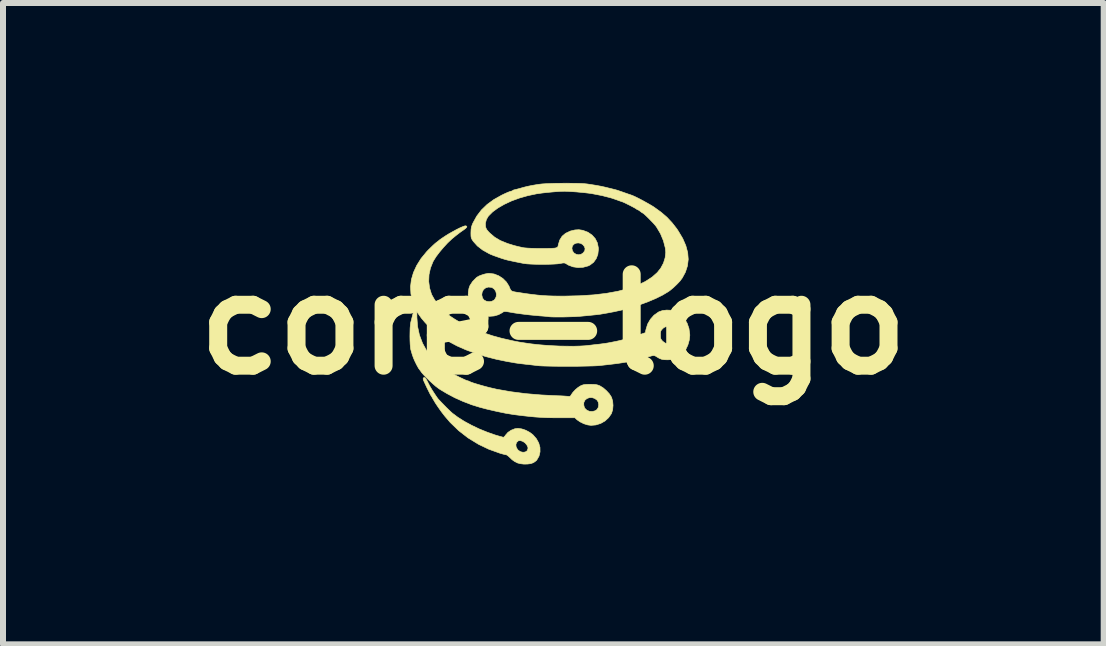
<source format=kicad_pcb>
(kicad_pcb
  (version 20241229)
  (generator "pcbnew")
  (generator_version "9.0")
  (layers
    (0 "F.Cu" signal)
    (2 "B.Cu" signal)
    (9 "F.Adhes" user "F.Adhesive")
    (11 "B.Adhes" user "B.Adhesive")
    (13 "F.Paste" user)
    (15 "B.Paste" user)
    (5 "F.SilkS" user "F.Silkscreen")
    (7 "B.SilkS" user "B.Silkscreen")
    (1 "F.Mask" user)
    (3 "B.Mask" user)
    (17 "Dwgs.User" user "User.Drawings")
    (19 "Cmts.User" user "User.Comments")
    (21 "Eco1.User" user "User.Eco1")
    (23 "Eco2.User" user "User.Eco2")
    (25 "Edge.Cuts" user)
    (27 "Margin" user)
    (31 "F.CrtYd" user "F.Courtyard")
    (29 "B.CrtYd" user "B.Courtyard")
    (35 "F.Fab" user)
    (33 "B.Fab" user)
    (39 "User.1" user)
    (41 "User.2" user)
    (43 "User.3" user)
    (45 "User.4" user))
  (footprint "core-logo"
    (layer "F.Cu")
    (at 6.176 2.358)
    (property "Reference" "core-logo" (at 0 0 0) (layer "F.SilkS") (effects (font (size 1.524 1.524) (thickness 0.3))))
    (attr through_hole)
    (fp_poly (pts (xy -2.141 0.889) (xy -2.129 0.902) (xy -2.112 0.929) (xy -2.092 0.966) (xy -2.088 0.975) (xy -2.059 1.031) (xy -2.021 1.095) (xy -1.979 1.16) (xy -1.94 1.218) (xy -1.918 1.247) (xy -1.897 1.269) (xy -1.865 1.303) (xy -1.826 1.343) (xy -1.784 1.386) (xy -1.743 1.426) (xy -1.708 1.459) (xy -1.684 1.481) (xy -1.594 1.548) (xy -1.487 1.616) (xy -1.367 1.681) (xy -1.238 1.743) (xy -1.105 1.797) (xy -0.972 1.844) (xy -0.893 1.867) (xy -0.862 1.875) (xy -0.839 1.882) (xy -0.836 1.884) (xy -0.823 1.878) (xy -0.805 1.859) (xy -0.796 1.846) (xy -0.757 1.801) (xy -0.703 1.765) (xy -0.643 1.741) (xy -0.591 1.734) (xy -0.527 1.743) (xy -0.459 1.766) (xy -0.392 1.802) (xy -0.34 1.842) (xy -0.283 1.907) (xy -0.244 1.978) (xy -0.223 2.052) (xy -0.222 2.126) (xy -0.239 2.197) (xy -0.277 2.263) (xy -0.279 2.266) (xy -0.298 2.282) (xy -0.326 2.302) (xy -0.335 2.307) (xy -0.376 2.322) (xy -0.431 2.329) (xy -0.492 2.33) (xy -0.551 2.323) (xy -0.6 2.31) (xy -0.603 2.308) (xy -0.648 2.285) (xy -0.688 2.256) (xy -0.731 2.215) (xy -0.735 2.211) (xy -0.759 2.19) (xy -0.779 2.177) (xy -0.785 2.175) (xy -0.802 2.172) (xy -0.835 2.164) (xy -0.876 2.153) (xy -0.889 2.149) (xy -1.076 2.082) (xy -1.237 2.005) (xy -0.625 2.005) (xy -0.62 2.045) (xy -0.598 2.085) (xy -0.583 2.101) (xy -0.546 2.124) (xy -0.506 2.133) (xy -0.468 2.128) (xy -0.439 2.109) (xy -0.435 2.104) (xy -0.423 2.07) (xy -0.424 2.049) (xy -0.442 2.011) (xy -0.471 1.977) (xy -0.507 1.952) (xy -0.545 1.939) (xy -0.578 1.94) (xy -0.585 1.943) (xy -0.613 1.969) (xy -0.625 2.005) (xy -1.237 2.005) (xy -1.254 1.996) (xy -1.422 1.893) (xy -1.578 1.772) (xy -1.719 1.636) (xy -1.81 1.53) (xy -1.867 1.456) (xy -1.921 1.38) (xy -1.969 1.308) (xy -2.006 1.245) (xy -2.011 1.237) (xy -2.027 1.207) (xy -2.04 1.187) (xy -2.044 1.182) (xy -2.051 1.17) (xy -2.065 1.142) (xy -2.084 1.104) (xy -2.106 1.06) (xy -2.127 1.015) (xy -2.146 0.974) (xy -2.161 0.941) (xy -2.169 0.921) (xy -2.169 0.92) (xy -2.17 0.896) (xy -2.156 0.887) (xy -2.141 0.889)) (stroke (width 0.01) (type solid)) (fill yes) (layer "F.SilkS"))
    (fp_poly (pts (xy 0.305 -2.352) (xy 0.389 -2.351) (xy 0.462 -2.349) (xy 0.522 -2.345) (xy 0.562 -2.341) (xy 0.641 -2.329) (xy 0.704 -2.319) (xy 0.754 -2.31) (xy 0.797 -2.302) (xy 0.838 -2.293) (xy 0.882 -2.283) (xy 0.933 -2.27) (xy 0.939 -2.269) (xy 0.995 -2.255) (xy 1.038 -2.244) (xy 1.073 -2.234) (xy 1.107 -2.222) (xy 1.148 -2.208) (xy 1.176 -2.198) (xy 1.222 -2.182) (xy 1.262 -2.168) (xy 1.29 -2.159) (xy 1.298 -2.156) (xy 1.329 -2.144) (xy 1.375 -2.123) (xy 1.431 -2.095) (xy 1.492 -2.063) (xy 1.553 -2.029) (xy 1.611 -1.996) (xy 1.66 -1.967) (xy 1.681 -1.953) (xy 1.796 -1.87) (xy 1.894 -1.786) (xy 1.979 -1.695) (xy 2.058 -1.594) (xy 2.083 -1.556) (xy 2.157 -1.432) (xy 2.209 -1.312) (xy 2.24 -1.196) (xy 2.249 -1.084) (xy 2.236 -0.976) (xy 2.202 -0.871) (xy 2.149 -0.773) (xy 2.111 -0.722) (xy 2.059 -0.667) (xy 2.001 -0.612) (xy 1.943 -0.564) (xy 1.916 -0.545) (xy 1.821 -0.488) (xy 1.708 -0.432) (xy 1.58 -0.378) (xy 1.442 -0.327) (xy 1.298 -0.281) (xy 1.15 -0.241) (xy 1.004 -0.209) (xy 0.95 -0.199) (xy 0.903 -0.19) (xy 0.856 -0.182) (xy 0.828 -0.177) (xy 0.782 -0.169) (xy 0.717 -0.161) (xy 0.638 -0.153) (xy 0.548 -0.144) (xy 0.451 -0.135) (xy 0.417 -0.133) (xy 0.365 -0.129) (xy 0.303 -0.127) (xy 0.235 -0.125) (xy 0.164 -0.123) (xy 0.095 -0.123) (xy 0.032 -0.123) (xy -0.021 -0.124) (xy -0.059 -0.126) (xy -0.077 -0.128) (xy -0.094 -0.13) (xy -0.128 -0.134) (xy -0.175 -0.138) (xy -0.231 -0.142) (xy -0.248 -0.144) (xy -0.381 -0.156) (xy -0.508 -0.171) (xy -0.639 -0.189) (xy -0.755 -0.209) (xy -0.792 -0.214) (xy -0.817 -0.214) (xy -0.836 -0.207) (xy -0.854 -0.194) (xy -0.915 -0.161) (xy -0.987 -0.14) (xy -1.065 -0.134) (xy -1.143 -0.141) (xy -1.214 -0.164) (xy -1.218 -0.166) (xy -1.279 -0.204) (xy -1.335 -0.257) (xy -1.38 -0.317) (xy -1.392 -0.339) (xy -1.411 -0.396) (xy -1.419 -0.464) (xy -1.419 -0.493) (xy -1.194 -0.493) (xy -1.182 -0.443) (xy -1.18 -0.437) (xy -1.155 -0.405) (xy -1.116 -0.385) (xy -1.072 -0.378) (xy -1.027 -0.384) (xy -0.988 -0.404) (xy -0.977 -0.416) (xy -0.954 -0.457) (xy -0.949 -0.503) (xy -0.959 -0.548) (xy -0.983 -0.586) (xy -1.019 -0.612) (xy -1.033 -0.617) (xy -1.084 -0.622) (xy -1.129 -0.608) (xy -1.164 -0.58) (xy -1.186 -0.54) (xy -1.194 -0.493) (xy -1.419 -0.493) (xy -1.418 -0.535) (xy -1.407 -0.601) (xy -1.392 -0.644) (xy -1.347 -0.714) (xy -1.284 -0.778) (xy -1.272 -0.787) (xy -1.239 -0.806) (xy -1.192 -0.824) (xy -1.14 -0.84) (xy -1.091 -0.849) (xy -1.068 -0.85) (xy -0.989 -0.84) (xy -0.912 -0.81) (xy -0.842 -0.765) (xy -0.783 -0.706) (xy -0.74 -0.638) (xy -0.731 -0.615) (xy -0.719 -0.587) (xy -0.707 -0.567) (xy -0.69 -0.554) (xy -0.662 -0.545) (xy -0.621 -0.537) (xy -0.585 -0.532) (xy -0.463 -0.513) (xy -0.358 -0.499) (xy -0.263 -0.488) (xy -0.173 -0.48) (xy -0.084 -0.475) (xy 0.012 -0.472) (xy 0.118 -0.471) (xy 0.193 -0.471) (xy 0.443 -0.477) (xy 0.674 -0.492) (xy 0.885 -0.517) (xy 1.077 -0.552) (xy 1.249 -0.597) (xy 1.401 -0.651) (xy 1.534 -0.715) (xy 1.647 -0.788) (xy 1.732 -0.863) (xy 1.791 -0.937) (xy 1.836 -1.021) (xy 1.864 -1.111) (xy 1.874 -1.201) (xy 1.867 -1.272) (xy 1.835 -1.395) (xy 1.786 -1.513) (xy 1.723 -1.619) (xy 1.708 -1.64) (xy 1.688 -1.664) (xy 1.659 -1.696) (xy 1.624 -1.732) (xy 1.588 -1.769) (xy 1.552 -1.804) (xy 1.522 -1.832) (xy 1.501 -1.85) (xy 1.492 -1.855) (xy 1.479 -1.862) (xy 1.457 -1.878) (xy 1.451 -1.883) (xy 1.427 -1.901) (xy 1.409 -1.91) (xy 1.406 -1.911) (xy 1.391 -1.917) (xy 1.39 -1.92) (xy 1.379 -1.928) (xy 1.353 -1.943) (xy 1.316 -1.963) (xy 1.274 -1.985) (xy 1.231 -2.006) (xy 1.191 -2.026) (xy 1.159 -2.04) (xy 1.143 -2.046) (xy 1.121 -2.053) (xy 1.087 -2.065) (xy 1.055 -2.077) (xy 1.014 -2.091) (xy 0.976 -2.104) (xy 0.955 -2.11) (xy 0.925 -2.118) (xy 0.885 -2.128) (xy 0.861 -2.134) (xy 0.832 -2.142) (xy 0.802 -2.149) (xy 0.765 -2.156) (xy 0.719 -2.165) (xy 0.656 -2.177) (xy 0.635 -2.181) (xy 0.591 -2.187) (xy 0.531 -2.194) (xy 0.461 -2.201) (xy 0.386 -2.208) (xy 0.313 -2.213) (xy 0.248 -2.217) (xy 0.196 -2.219) (xy 0.182 -2.219) (xy 0.124 -2.218) (xy 0.051 -2.213) (xy -0.03 -2.206) (xy -0.114 -2.198) (xy -0.193 -2.189) (xy -0.261 -2.179) (xy -0.278 -2.177) (xy -0.425 -2.146) (xy -0.566 -2.106) (xy -0.697 -2.058) (xy -0.817 -2.002) (xy -0.923 -1.941) (xy -1.012 -1.876) (xy -1.081 -1.807) (xy -1.085 -1.802) (xy -1.117 -1.747) (xy -1.133 -1.684) (xy -1.131 -1.632) (xy -1.123 -1.604) (xy -1.107 -1.575) (xy -1.078 -1.541) (xy -1.056 -1.519) (xy -0.978 -1.453) (xy -0.884 -1.397) (xy -0.771 -1.351) (xy -0.751 -1.344) (xy -0.708 -1.331) (xy -0.67 -1.319) (xy -0.63 -1.308) (xy -0.582 -1.296) (xy -0.519 -1.282) (xy -0.508 -1.279) (xy -0.477 -1.275) (xy -0.428 -1.271) (xy -0.366 -1.268) (xy -0.296 -1.266) (xy -0.223 -1.265) (xy -0.15 -1.265) (xy -0.083 -1.266) (xy -0.026 -1.267) (xy -0.008 -1.269) (xy 0.309 -1.269) (xy 0.319 -1.224) (xy 0.344 -1.19) (xy 0.38 -1.168) (xy 0.422 -1.16) (xy 0.464 -1.169) (xy 0.498 -1.192) (xy 0.524 -1.228) (xy 0.529 -1.264) (xy 0.518 -1.296) (xy 0.491 -1.33) (xy 0.455 -1.351) (xy 0.415 -1.358) (xy 0.375 -1.353) (xy 0.342 -1.336) (xy 0.318 -1.308) (xy 0.309 -1.269) (xy -0.008 -1.269) (xy 0.017 -1.27) (xy 0.035 -1.273) (xy 0.061 -1.281) (xy 0.075 -1.294) (xy 0.082 -1.32) (xy 0.083 -1.328) (xy 0.106 -1.405) (xy 0.146 -1.469) (xy 0.204 -1.518) (xy 0.278 -1.553) (xy 0.285 -1.556) (xy 0.36 -1.574) (xy 0.426 -1.578) (xy 0.491 -1.568) (xy 0.491 -1.568) (xy 0.576 -1.536) (xy 0.645 -1.489) (xy 0.698 -1.43) (xy 0.734 -1.358) (xy 0.75 -1.277) (xy 0.751 -1.249) (xy 0.742 -1.167) (xy 0.714 -1.095) (xy 0.671 -1.035) (xy 0.612 -0.99) (xy 0.58 -0.974) (xy 0.498 -0.952) (xy 0.412 -0.947) (xy 0.328 -0.959) (xy 0.251 -0.988) (xy 0.218 -1.008) (xy 0.199 -1.019) (xy 0.181 -1.024) (xy 0.157 -1.023) (xy 0.119 -1.016) (xy 0.113 -1.015) (xy 0.07 -1.009) (xy 0.01 -1.005) (xy -0.062 -1.002) (xy -0.142 -1.001) (xy -0.225 -1.001) (xy -0.306 -1.002) (xy -0.38 -1.005) (xy -0.442 -1.009) (xy -0.488 -1.015) (xy -0.491 -1.015) (xy -0.557 -1.028) (xy -0.627 -1.042) (xy -0.693 -1.056) (xy -0.748 -1.068) (xy -0.762 -1.071) (xy -0.807 -1.083) (xy -0.865 -1.101) (xy -0.928 -1.123) (xy -0.99 -1.145) (xy -1.043 -1.166) (xy -1.071 -1.179) (xy -1.178 -1.239) (xy -1.267 -1.308) (xy -1.335 -1.384) (xy -1.34 -1.391) (xy -1.358 -1.419) (xy -1.368 -1.442) (xy -1.373 -1.47) (xy -1.374 -1.509) (xy -1.374 -1.53) (xy -1.372 -1.581) (xy -1.366 -1.622) (xy -1.353 -1.661) (xy -1.34 -1.691) (xy -1.277 -1.805) (xy -1.199 -1.907) (xy -1.105 -1.998) (xy -0.993 -2.08) (xy -0.861 -2.154) (xy -0.809 -2.179) (xy -0.762 -2.2) (xy -0.725 -2.214) (xy -0.703 -2.22) (xy -0.702 -2.22) (xy -0.684 -2.226) (xy -0.68 -2.23) (xy -0.666 -2.239) (xy -0.643 -2.245) (xy -0.618 -2.251) (xy -0.579 -2.261) (xy -0.535 -2.273) (xy -0.53 -2.275) (xy -0.471 -2.291) (xy -0.415 -2.304) (xy -0.356 -2.316) (xy -0.286 -2.328) (xy -0.233 -2.336) (xy -0.189 -2.341) (xy -0.128 -2.345) (xy -0.053 -2.348) (xy 0.032 -2.351) (xy 0.123 -2.352) (xy 0.215 -2.353) (xy 0.305 -2.352)) (stroke (width 0.01) (type solid)) (fill yes) (layer "F.SilkS"))
    (fp_poly (pts (xy -1.461 -1.643) (xy -1.443 -1.635) (xy -1.444 -1.621) (xy -1.464 -1.599) (xy -1.499 -1.573) (xy -1.531 -1.551) (xy -1.556 -1.533) (xy -1.568 -1.524) (xy -1.568 -1.524) (xy -1.579 -1.515) (xy -1.603 -1.497) (xy -1.625 -1.48) (xy -1.692 -1.425) (xy -1.763 -1.358) (xy -1.832 -1.283) (xy -1.897 -1.206) (xy -1.954 -1.131) (xy -1.997 -1.062) (xy -2.007 -1.044) (xy -2.049 -0.939) (xy -2.073 -0.829) (xy -2.078 -0.716) (xy -2.064 -0.607) (xy -2.032 -0.504) (xy -2.025 -0.489) (xy -1.985 -0.418) (xy -1.932 -0.342) (xy -1.868 -0.267) (xy -1.801 -0.2) (xy -1.766 -0.17) (xy -1.715 -0.133) (xy -1.65 -0.09) (xy -1.576 -0.045) (xy -1.5 -0.002) (xy -1.426 0.036) (xy -1.362 0.066) (xy -1.339 0.076) (xy -1.167 0.14) (xy -1.009 0.192) (xy -0.859 0.233) (xy -0.723 0.264) (xy -0.679 0.274) (xy -0.635 0.283) (xy -0.613 0.287) (xy -0.572 0.295) (xy -0.515 0.304) (xy -0.449 0.314) (xy -0.379 0.324) (xy -0.364 0.326) (xy -0.259 0.338) (xy -0.142 0.348) (xy -0.02 0.356) (xy 0.104 0.362) (xy 0.226 0.364) (xy 0.341 0.365) (xy 0.444 0.362) (xy 0.532 0.357) (xy 0.564 0.353) (xy 0.621 0.347) (xy 0.687 0.339) (xy 0.75 0.332) (xy 0.762 0.331) (xy 0.816 0.324) (xy 0.868 0.317) (xy 0.911 0.31) (xy 0.922 0.308) (xy 0.988 0.295) (xy 1.04 0.285) (xy 1.086 0.275) (xy 1.131 0.264) (xy 1.183 0.251) (xy 1.25 0.233) (xy 1.253 0.232) (xy 1.275 0.226) (xy 1.31 0.215) (xy 1.354 0.2) (xy 1.401 0.185) (xy 1.425 0.177) (xy 1.785 0.177) (xy 1.787 0.216) (xy 1.792 0.242) (xy 1.806 0.263) (xy 1.823 0.282) (xy 1.864 0.312) (xy 1.908 0.322) (xy 1.951 0.313) (xy 1.981 0.291) (xy 2.013 0.245) (xy 2.027 0.193) (xy 2.023 0.139) (xy 2.001 0.09) (xy 1.974 0.06) (xy 1.931 0.036) (xy 1.887 0.034) (xy 1.844 0.053) (xy 1.823 0.071) (xy 1.801 0.095) (xy 1.79 0.117) (xy 1.786 0.146) (xy 1.785 0.177) (xy 1.425 0.177) (xy 1.447 0.169) (xy 1.488 0.155) (xy 1.517 0.145) (xy 1.532 0.139) (xy 1.532 0.139) (xy 1.536 0.128) (xy 1.541 0.101) (xy 1.546 0.08) (xy 1.572 -0.005) (xy 1.618 -0.084) (xy 1.678 -0.152) (xy 1.751 -0.204) (xy 1.762 -0.21) (xy 1.82 -0.23) (xy 1.888 -0.238) (xy 1.959 -0.235) (xy 2.023 -0.22) (xy 2.044 -0.212) (xy 2.12 -0.163) (xy 2.183 -0.098) (xy 2.23 -0.02) (xy 2.261 0.069) (xy 2.274 0.165) (xy 2.275 0.182) (xy 2.266 0.263) (xy 2.243 0.344) (xy 2.208 0.418) (xy 2.163 0.48) (xy 2.14 0.502) (xy 2.08 0.547) (xy 2.023 0.574) (xy 1.96 0.588) (xy 1.905 0.591) (xy 1.848 0.589) (xy 1.806 0.582) (xy 1.767 0.567) (xy 1.725 0.542) (xy 1.721 0.539) (xy 1.698 0.526) (xy 1.675 0.52) (xy 1.647 0.523) (xy 1.606 0.535) (xy 1.585 0.541) (xy 1.531 0.559) (xy 1.488 0.572) (xy 1.45 0.583) (xy 1.407 0.592) (xy 1.353 0.604) (xy 1.342 0.606) (xy 1.271 0.619) (xy 1.204 0.631) (xy 1.136 0.642) (xy 1.063 0.653) (xy 0.981 0.663) (xy 0.886 0.674) (xy 0.779 0.686) (xy 0.732 0.69) (xy 0.668 0.693) (xy 0.59 0.695) (xy 0.499 0.697) (xy 0.401 0.699) (xy 0.299 0.699) (xy 0.195 0.699) (xy 0.092 0.699) (xy -0.004 0.698) (xy -0.092 0.696) (xy -0.168 0.694) (xy -0.229 0.691) (xy -0.27 0.687) (xy -0.271 0.687) (xy -0.328 0.68) (xy -0.396 0.672) (xy -0.462 0.665) (xy -0.486 0.662) (xy -0.54 0.656) (xy -0.593 0.649) (xy -0.635 0.643) (xy -0.652 0.64) (xy -0.69 0.633) (xy -0.738 0.625) (xy -0.773 0.619) (xy -0.952 0.582) (xy -1.128 0.537) (xy -1.299 0.483) (xy -1.46 0.424) (xy -1.607 0.359) (xy -1.736 0.29) (xy -1.75 0.282) (xy -1.783 0.261) (xy -1.81 0.243) (xy -1.82 0.235) (xy -1.837 0.223) (xy -1.844 0.221) (xy -1.859 0.214) (xy -1.868 0.207) (xy -1.886 0.192) (xy -1.914 0.171) (xy -1.922 0.166) (xy -1.993 0.111) (xy -2.066 0.044) (xy -2.136 -0.028) (xy -2.198 -0.101) (xy -2.242 -0.163) (xy -2.275 -0.214) (xy -2.275 -0.115) (xy -2.264 0.034) (xy -2.233 0.178) (xy -2.181 0.315) (xy -2.11 0.443) (xy -2.02 0.56) (xy -1.979 0.603) (xy -1.952 0.629) (xy -1.92 0.657) (xy -1.88 0.689) (xy -1.828 0.729) (xy -1.772 0.77) (xy -1.749 0.785) (xy -1.713 0.805) (xy -1.668 0.829) (xy -1.617 0.855) (xy -1.566 0.881) (xy -1.517 0.904) (xy -1.477 0.923) (xy -1.448 0.935) (xy -1.435 0.939) (xy -1.417 0.944) (xy -1.405 0.949) (xy -1.377 0.962) (xy -1.332 0.978) (xy -1.274 0.996) (xy -1.206 1.016) (xy -1.134 1.036) (xy -1.061 1.055) (xy -0.991 1.071) (xy -0.944 1.082) (xy -0.711 1.123) (xy -0.462 1.155) (xy -0.202 1.177) (xy -0.006 1.187) (xy 0.061 1.19) (xy 0.123 1.192) (xy 0.177 1.195) (xy 0.216 1.198) (xy 0.232 1.199) (xy 0.264 1.202) (xy 0.282 1.197) (xy 0.294 1.183) (xy 0.298 1.174) (xy 0.326 1.134) (xy 0.366 1.091) (xy 0.412 1.052) (xy 0.453 1.026) (xy 0.48 1.014) (xy 0.507 1.006) (xy 0.54 1.002) (xy 0.587 1) (xy 0.613 1) (xy 0.668 1.001) (xy 0.708 1.004) (xy 0.739 1.011) (xy 0.769 1.022) (xy 0.779 1.027) (xy 0.832 1.06) (xy 0.885 1.106) (xy 0.933 1.158) (xy 0.967 1.211) (xy 0.97 1.217) (xy 0.989 1.28) (xy 0.995 1.351) (xy 0.989 1.422) (xy 0.97 1.484) (xy 0.967 1.49) (xy 0.921 1.556) (xy 0.861 1.611) (xy 0.789 1.652) (xy 0.71 1.677) (xy 0.629 1.684) (xy 0.574 1.677) (xy 0.509 1.657) (xy 0.446 1.626) (xy 0.394 1.59) (xy 0.392 1.588) (xy 0.359 1.557) (xy 0.092 1.557) (xy -0.004 1.557) (xy -0.086 1.556) (xy -0.16 1.553) (xy -0.232 1.549) (xy -0.307 1.544) (xy -0.391 1.536) (xy -0.491 1.525) (xy -0.508 1.523) (xy -0.655 1.505) (xy -0.801 1.481) (xy -0.95 1.45) (xy -1.11 1.413) (xy -1.231 1.381) (xy -1.366 1.339) (xy -1.403 1.324) (xy 0.506 1.324) (xy 0.51 1.361) (xy 0.522 1.394) (xy 0.524 1.398) (xy 0.558 1.431) (xy 0.602 1.45) (xy 0.651 1.453) (xy 0.697 1.441) (xy 0.728 1.42) (xy 0.75 1.383) (xy 0.757 1.339) (xy 0.748 1.295) (xy 0.729 1.264) (xy 0.689 1.235) (xy 0.645 1.221) (xy 0.6 1.222) (xy 0.56 1.237) (xy 0.528 1.263) (xy 0.509 1.301) (xy 0.506 1.324) (xy -1.403 1.324) (xy -1.506 1.285) (xy -1.644 1.223) (xy -1.774 1.154) (xy -1.891 1.084) (xy -1.922 1.062) (xy -1.963 1.031) (xy -2.011 0.989) (xy -2.063 0.941) (xy -2.114 0.892) (xy -2.159 0.845) (xy -2.194 0.805) (xy -2.209 0.784) (xy -2.227 0.759) (xy -2.239 0.742) (xy -2.242 0.74) (xy -2.25 0.728) (xy -2.264 0.702) (xy -2.284 0.666) (xy -2.288 0.657) (xy -2.314 0.604) (xy -2.335 0.554) (xy -2.354 0.499) (xy -2.374 0.43) (xy -2.376 0.425) (xy -2.382 0.388) (xy -2.387 0.334) (xy -2.39 0.269) (xy -2.391 0.198) (xy -2.39 0.126) (xy -2.388 0.06) (xy -2.383 0.004) (xy -2.377 -0.036) (xy -2.376 -0.039) (xy -2.365 -0.082) (xy -2.352 -0.132) (xy -2.345 -0.16) (xy -2.333 -0.199) (xy -2.32 -0.231) (xy -2.311 -0.246) (xy -2.3 -0.266) (xy -2.305 -0.279) (xy -2.319 -0.304) (xy -2.335 -0.346) (xy -2.35 -0.398) (xy -2.364 -0.455) (xy -2.375 -0.511) (xy -2.375 -0.515) (xy -2.381 -0.629) (xy -2.367 -0.746) (xy -2.332 -0.865) (xy -2.278 -0.982) (xy -2.206 -1.097) (xy -2.116 -1.207) (xy -2.082 -1.243) (xy -2.043 -1.281) (xy -2.008 -1.315) (xy -1.98 -1.341) (xy -1.966 -1.353) (xy -1.94 -1.373) (xy -1.907 -1.399) (xy -1.894 -1.41) (xy -1.851 -1.44) (xy -1.8 -1.474) (xy -1.742 -1.51) (xy -1.681 -1.544) (xy -1.621 -1.577) (xy -1.566 -1.605) (xy -1.518 -1.626) (xy -1.482 -1.64) (xy -1.461 -1.643) (xy -1.461 -1.643)) (stroke (width 0.01) (type solid)) (fill yes) (layer "F.SilkS")))
  (gr_rect
    (start -3 -3)
    (end 15.352 7.693)
    (stroke (width 0.1) (type default))
    (fill no)
    (layer "Edge.Cuts")))
</source>
